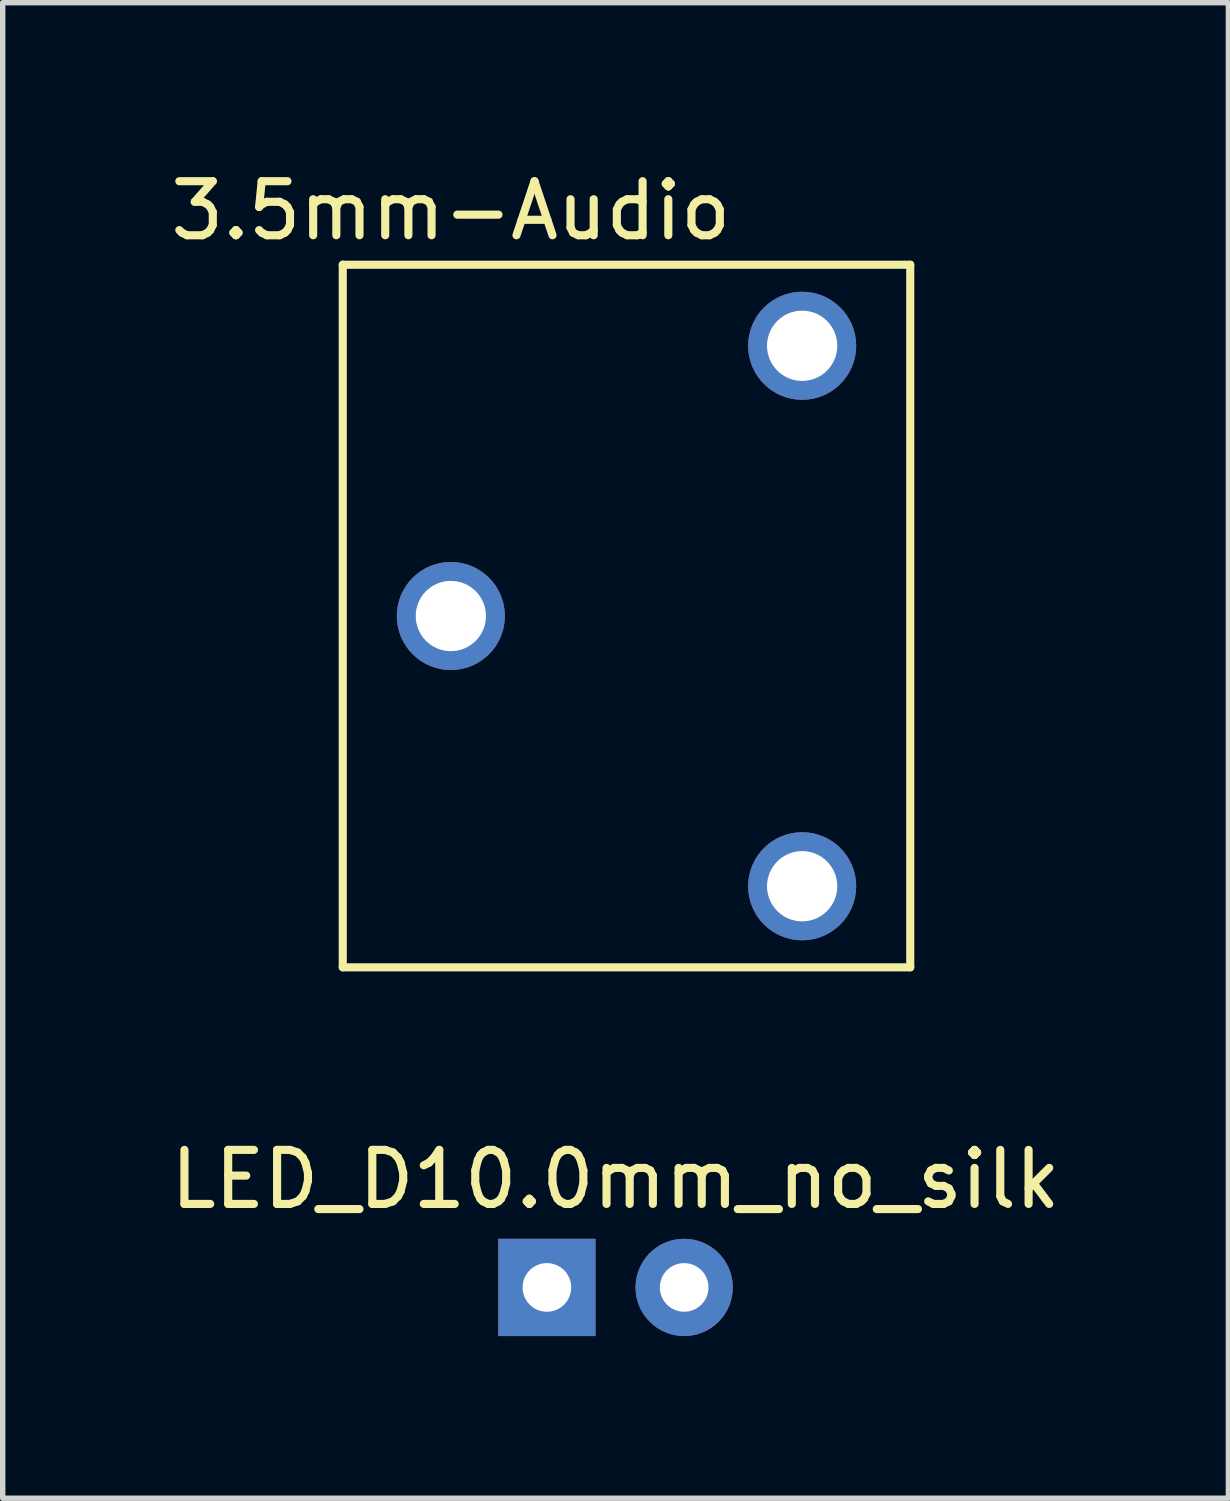
<source format=kicad_pcb>
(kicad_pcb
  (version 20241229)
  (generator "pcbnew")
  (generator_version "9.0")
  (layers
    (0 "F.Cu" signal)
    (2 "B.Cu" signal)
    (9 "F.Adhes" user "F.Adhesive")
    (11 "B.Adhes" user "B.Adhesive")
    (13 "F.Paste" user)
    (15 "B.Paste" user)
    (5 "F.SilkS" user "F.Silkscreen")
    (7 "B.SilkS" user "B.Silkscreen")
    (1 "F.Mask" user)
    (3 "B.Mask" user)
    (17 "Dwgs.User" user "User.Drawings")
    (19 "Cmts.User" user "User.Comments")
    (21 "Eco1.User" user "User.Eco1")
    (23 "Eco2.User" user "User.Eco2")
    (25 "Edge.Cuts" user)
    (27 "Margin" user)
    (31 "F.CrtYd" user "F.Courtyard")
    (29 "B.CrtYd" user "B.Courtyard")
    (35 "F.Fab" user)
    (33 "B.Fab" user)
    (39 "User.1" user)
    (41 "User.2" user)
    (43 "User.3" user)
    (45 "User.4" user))
  (footprint "3.5mm-Audio"
    (layer "F.Cu")
    (at 2.792 14.348)
    (property "Reference" "3.5mm-Audio" (at 2.5 -13.5 180) (layer "F.SilkS") (effects (font (size 1 1) (thickness 0.15))))
    (attr through_hole)
    (fp_line (start 0.5 -12.5) (end 0.5 0.5) (stroke (width 0.15) (type solid)) (layer "F.SilkS"))
    (fp_line (start 0.5 0.5) (end 11 0.5) (stroke (width 0.15) (type solid)) (layer "F.SilkS"))
    (fp_line (start 11 -12.5) (end 0.5 -12.5) (stroke (width 0.15) (type solid)) (layer "F.SilkS"))
    (fp_line (start 11 0.5) (end 11 -12.5) (stroke (width 0.15) (type solid)) (layer "F.SilkS"))
    (pad "1" thru_hole circle (at 9 -11) (size 2 2) (drill 1.3) (layers "*.Cu" "*.Mask"))
    (pad "2" thru_hole circle (at 9 -1) (size 2 2) (drill 1.3) (layers "*.Cu" "*.Mask"))
    (pad "3" thru_hole circle (at 2.5 -6) (size 2 2) (drill 1.3) (layers "*.Cu" "*.Mask")))
  (footprint "LED_D10.0mm_no_silk"
    (layer "F.Cu")
    (at 7.069 20.771)
    (property "Reference" "LED_D10.0mm_no_silk" (at 1.27 -2 0) (layer "F.SilkS") (effects (font (size 1 1) (thickness 0.15))))
    (attr through_hole)
    (pad "1" thru_hole rect (at 0 0) (size 1.8 1.8) (drill 0.9) (layers "*.Cu" "*.Mask"))
    (pad "2" thru_hole circle (at 2.54 0) (size 1.8 1.8) (drill 0.9) (layers "*.Cu" "*.Mask")))
  (gr_rect
    (start -3 -3)
    (end 19.679 24.672)
    (stroke (width 0.1) (type default))
    (fill no)
    (layer "Edge.Cuts")))
</source>
